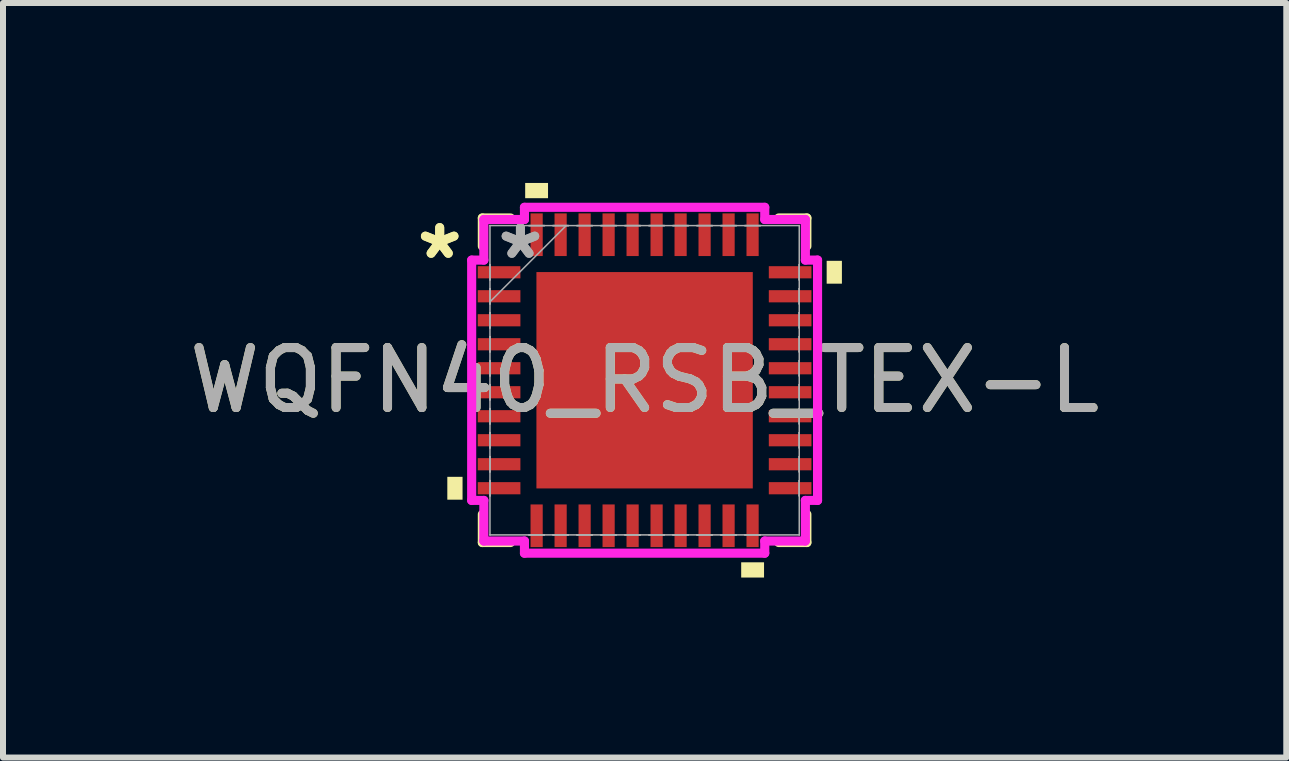
<source format=kicad_pcb>
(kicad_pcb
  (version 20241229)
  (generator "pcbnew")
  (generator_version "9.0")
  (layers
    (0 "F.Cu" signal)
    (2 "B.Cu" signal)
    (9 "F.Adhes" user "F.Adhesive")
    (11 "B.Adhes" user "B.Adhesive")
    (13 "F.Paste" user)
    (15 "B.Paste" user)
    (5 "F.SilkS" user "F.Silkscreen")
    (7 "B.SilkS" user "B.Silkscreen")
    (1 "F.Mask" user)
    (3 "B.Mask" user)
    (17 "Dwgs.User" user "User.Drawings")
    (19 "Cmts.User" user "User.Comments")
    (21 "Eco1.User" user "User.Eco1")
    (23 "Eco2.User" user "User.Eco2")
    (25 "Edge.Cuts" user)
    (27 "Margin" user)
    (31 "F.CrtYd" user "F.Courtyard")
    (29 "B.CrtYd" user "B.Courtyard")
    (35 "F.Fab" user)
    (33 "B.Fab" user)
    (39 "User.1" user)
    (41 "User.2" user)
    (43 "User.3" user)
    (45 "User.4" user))
  (footprint "WQFN40_RSB_TEX-L"
    (layer "F.Cu")
    (at 7.696 3.289)
    (property "Reference" "WQFN40_RSB_TEX-L" (at 0 0 0) (unlocked yes) (layer "F.SilkS") (effects (font (size 1 1) (thickness 0.15))))
    (attr smd)
    (fp_line (start -2.705 -2.705) (end -2.705 -2.235) (stroke (width 0.152) (type solid)) (layer "F.SilkS"))
    (fp_line (start -2.705 2.235) (end -2.705 2.705) (stroke (width 0.152) (type solid)) (layer "F.SilkS"))
    (fp_line (start -2.705 2.705) (end -2.235 2.705) (stroke (width 0.152) (type solid)) (layer "F.SilkS"))
    (fp_line (start -2.235 -2.705) (end -2.705 -2.705) (stroke (width 0.152) (type solid)) (layer "F.SilkS"))
    (fp_line (start 2.235 2.705) (end 2.705 2.705) (stroke (width 0.152) (type solid)) (layer "F.SilkS"))
    (fp_line (start 2.705 -2.705) (end 2.235 -2.705) (stroke (width 0.152) (type solid)) (layer "F.SilkS"))
    (fp_line (start 2.705 -2.235) (end 2.705 -2.705) (stroke (width 0.152) (type solid)) (layer "F.SilkS"))
    (fp_line (start 2.705 2.705) (end 2.705 2.235) (stroke (width 0.152) (type solid)) (layer "F.SilkS"))
    (fp_poly (pts (xy -3.289 1.61) (xy -3.289 1.991) (xy -3.035 1.991) (xy -3.035 1.61)) (stroke (width 0) (type solid)) (fill yes) (layer "F.SilkS"))
    (fp_poly (pts (xy -1.991 -3.035) (xy -1.991 -3.289) (xy -1.61 -3.289) (xy -1.61 -3.035)) (stroke (width 0) (type solid)) (fill yes) (layer "F.SilkS"))
    (fp_poly (pts (xy 1.61 3.035) (xy 1.61 3.289) (xy 1.991 3.289) (xy 1.991 3.035)) (stroke (width 0) (type solid)) (fill yes) (layer "F.SilkS"))
    (fp_poly (pts (xy 3.289 -1.991) (xy 3.289 -1.61) (xy 3.035 -1.61) (xy 3.035 -1.991)) (stroke (width 0) (type solid)) (fill yes) (layer "F.SilkS"))
    (fp_poly (pts (xy -1.703 -1.703) (xy -1.703 -0.1) (xy -0.1 -0.1) (xy -0.1 -1.703)) (stroke (width 0) (type solid)) (fill yes) (layer "F.Paste"))
    (fp_poly (pts (xy -1.703 0.1) (xy -1.703 1.703) (xy -0.1 1.703) (xy -0.1 0.1)) (stroke (width 0) (type solid)) (fill yes) (layer "F.Paste"))
    (fp_poly (pts (xy 0.1 -1.703) (xy 0.1 -0.1) (xy 1.703 -0.1) (xy 1.703 -1.703)) (stroke (width 0) (type solid)) (fill yes) (layer "F.Paste"))
    (fp_poly (pts (xy 0.1 0.1) (xy 0.1 1.703) (xy 1.703 1.703) (xy 1.703 0.1)) (stroke (width 0) (type solid)) (fill yes) (layer "F.Paste"))
    (fp_line (start -2.883 -2.003) (end -2.68 -2.003) (stroke (width 0.152) (type solid)) (layer "F.CrtYd"))
    (fp_line (start -2.883 2.003) (end -2.883 -2.003) (stroke (width 0.152) (type solid)) (layer "F.CrtYd"))
    (fp_line (start -2.68 -2.68) (end -2.003 -2.68) (stroke (width 0.152) (type solid)) (layer "F.CrtYd"))
    (fp_line (start -2.68 -2.003) (end -2.68 -2.68) (stroke (width 0.152) (type solid)) (layer "F.CrtYd"))
    (fp_line (start -2.68 2.003) (end -2.883 2.003) (stroke (width 0.152) (type solid)) (layer "F.CrtYd"))
    (fp_line (start -2.68 2.68) (end -2.68 2.003) (stroke (width 0.152) (type solid)) (layer "F.CrtYd"))
    (fp_line (start -2.003 -2.883) (end 2.003 -2.883) (stroke (width 0.152) (type solid)) (layer "F.CrtYd"))
    (fp_line (start -2.003 -2.68) (end -2.003 -2.883) (stroke (width 0.152) (type solid)) (layer "F.CrtYd"))
    (fp_line (start -2.003 2.68) (end -2.68 2.68) (stroke (width 0.152) (type solid)) (layer "F.CrtYd"))
    (fp_line (start -2.003 2.883) (end -2.003 2.68) (stroke (width 0.152) (type solid)) (layer "F.CrtYd"))
    (fp_line (start 2.003 -2.883) (end 2.003 -2.68) (stroke (width 0.152) (type solid)) (layer "F.CrtYd"))
    (fp_line (start 2.003 -2.68) (end 2.68 -2.68) (stroke (width 0.152) (type solid)) (layer "F.CrtYd"))
    (fp_line (start 2.003 2.68) (end 2.003 2.883) (stroke (width 0.152) (type solid)) (layer "F.CrtYd"))
    (fp_line (start 2.003 2.883) (end -2.003 2.883) (stroke (width 0.152) (type solid)) (layer "F.CrtYd"))
    (fp_line (start 2.68 -2.68) (end 2.68 -2.003) (stroke (width 0.152) (type solid)) (layer "F.CrtYd"))
    (fp_line (start 2.68 -2.003) (end 2.883 -2.003) (stroke (width 0.152) (type solid)) (layer "F.CrtYd"))
    (fp_line (start 2.68 2.003) (end 2.68 2.68) (stroke (width 0.152) (type solid)) (layer "F.CrtYd"))
    (fp_line (start 2.68 2.68) (end 2.003 2.68) (stroke (width 0.152) (type solid)) (layer "F.CrtYd"))
    (fp_line (start 2.883 -2.003) (end 2.883 2.003) (stroke (width 0.152) (type solid)) (layer "F.CrtYd"))
    (fp_line (start 2.883 2.003) (end 2.68 2.003) (stroke (width 0.152) (type solid)) (layer "F.CrtYd"))
    (fp_line (start -2.578 -2.578) (end -2.578 -2.578) (stroke (width 0.025) (type solid)) (layer "F.Fab"))
    (fp_line (start -2.578 -2.578) (end -2.578 2.578) (stroke (width 0.025) (type solid)) (layer "F.Fab"))
    (fp_line (start -2.578 -1.927) (end -2.578 -1.927) (stroke (width 0.025) (type solid)) (layer "F.Fab"))
    (fp_line (start -2.578 -1.927) (end -2.578 -1.673) (stroke (width 0.025) (type solid)) (layer "F.Fab"))
    (fp_line (start -2.578 -1.673) (end -2.578 -1.927) (stroke (width 0.025) (type solid)) (layer "F.Fab"))
    (fp_line (start -2.578 -1.673) (end -2.578 -1.673) (stroke (width 0.025) (type solid)) (layer "F.Fab"))
    (fp_line (start -2.578 -1.527) (end -2.578 -1.527) (stroke (width 0.025) (type solid)) (layer "F.Fab"))
    (fp_line (start -2.578 -1.527) (end -2.578 -1.273) (stroke (width 0.025) (type solid)) (layer "F.Fab"))
    (fp_line (start -2.578 -1.308) (end -1.308 -2.578) (stroke (width 0.025) (type solid)) (layer "F.Fab"))
    (fp_line (start -2.578 -1.273) (end -2.578 -1.527) (stroke (width 0.025) (type solid)) (layer "F.Fab"))
    (fp_line (start -2.578 -1.273) (end -2.578 -1.273) (stroke (width 0.025) (type solid)) (layer "F.Fab"))
    (fp_line (start -2.578 -1.127) (end -2.578 -1.127) (stroke (width 0.025) (type solid)) (layer "F.Fab"))
    (fp_line (start -2.578 -1.127) (end -2.578 -0.873) (stroke (width 0.025) (type solid)) (layer "F.Fab"))
    (fp_line (start -2.578 -0.873) (end -2.578 -1.127) (stroke (width 0.025) (type solid)) (layer "F.Fab"))
    (fp_line (start -2.578 -0.873) (end -2.578 -0.873) (stroke (width 0.025) (type solid)) (layer "F.Fab"))
    (fp_line (start -2.578 -0.727) (end -2.578 -0.727) (stroke (width 0.025) (type solid)) (layer "F.Fab"))
    (fp_line (start -2.578 -0.727) (end -2.578 -0.473) (stroke (width 0.025) (type solid)) (layer "F.Fab"))
    (fp_line (start -2.578 -0.473) (end -2.578 -0.727) (stroke (width 0.025) (type solid)) (layer "F.Fab"))
    (fp_line (start -2.578 -0.473) (end -2.578 -0.473) (stroke (width 0.025) (type solid)) (layer "F.Fab"))
    (fp_line (start -2.578 -0.327) (end -2.578 -0.327) (stroke (width 0.025) (type solid)) (layer "F.Fab"))
    (fp_line (start -2.578 -0.327) (end -2.578 -0.073) (stroke (width 0.025) (type solid)) (layer "F.Fab"))
    (fp_line (start -2.578 -0.073) (end -2.578 -0.327) (stroke (width 0.025) (type solid)) (layer "F.Fab"))
    (fp_line (start -2.578 -0.073) (end -2.578 -0.073) (stroke (width 0.025) (type solid)) (layer "F.Fab"))
    (fp_line (start -2.578 0.073) (end -2.578 0.073) (stroke (width 0.025) (type solid)) (layer "F.Fab"))
    (fp_line (start -2.578 0.073) (end -2.578 0.327) (stroke (width 0.025) (type solid)) (layer "F.Fab"))
    (fp_line (start -2.578 0.327) (end -2.578 0.073) (stroke (width 0.025) (type solid)) (layer "F.Fab"))
    (fp_line (start -2.578 0.327) (end -2.578 0.327) (stroke (width 0.025) (type solid)) (layer "F.Fab"))
    (fp_line (start -2.578 0.473) (end -2.578 0.473) (stroke (width 0.025) (type solid)) (layer "F.Fab"))
    (fp_line (start -2.578 0.473) (end -2.578 0.727) (stroke (width 0.025) (type solid)) (layer "F.Fab"))
    (fp_line (start -2.578 0.727) (end -2.578 0.473) (stroke (width 0.025) (type solid)) (layer "F.Fab"))
    (fp_line (start -2.578 0.727) (end -2.578 0.727) (stroke (width 0.025) (type solid)) (layer "F.Fab"))
    (fp_line (start -2.578 0.873) (end -2.578 0.873) (stroke (width 0.025) (type solid)) (layer "F.Fab"))
    (fp_line (start -2.578 0.873) (end -2.578 1.127) (stroke (width 0.025) (type solid)) (layer "F.Fab"))
    (fp_line (start -2.578 1.127) (end -2.578 0.873) (stroke (width 0.025) (type solid)) (layer "F.Fab"))
    (fp_line (start -2.578 1.127) (end -2.578 1.127) (stroke (width 0.025) (type solid)) (layer "F.Fab"))
    (fp_line (start -2.578 1.273) (end -2.578 1.273) (stroke (width 0.025) (type solid)) (layer "F.Fab"))
    (fp_line (start -2.578 1.273) (end -2.578 1.527) (stroke (width 0.025) (type solid)) (layer "F.Fab"))
    (fp_line (start -2.578 1.527) (end -2.578 1.273) (stroke (width 0.025) (type solid)) (layer "F.Fab"))
    (fp_line (start -2.578 1.527) (end -2.578 1.527) (stroke (width 0.025) (type solid)) (layer "F.Fab"))
    (fp_line (start -2.578 1.673) (end -2.578 1.673) (stroke (width 0.025) (type solid)) (layer "F.Fab"))
    (fp_line (start -2.578 1.673) (end -2.578 1.927) (stroke (width 0.025) (type solid)) (layer "F.Fab"))
    (fp_line (start -2.578 1.927) (end -2.578 1.673) (stroke (width 0.025) (type solid)) (layer "F.Fab"))
    (fp_line (start -2.578 1.927) (end -2.578 1.927) (stroke (width 0.025) (type solid)) (layer "F.Fab"))
    (fp_line (start -2.578 2.578) (end -2.578 2.578) (stroke (width 0.025) (type solid)) (layer "F.Fab"))
    (fp_line (start -2.578 2.578) (end 2.578 2.578) (stroke (width 0.025) (type solid)) (layer "F.Fab"))
    (fp_line (start -1.927 -2.578) (end -1.927 -2.578) (stroke (width 0.025) (type solid)) (layer "F.Fab"))
    (fp_line (start -1.927 -2.578) (end -1.673 -2.578) (stroke (width 0.025) (type solid)) (layer "F.Fab"))
    (fp_line (start -1.927 2.578) (end -1.927 2.578) (stroke (width 0.025) (type solid)) (layer "F.Fab"))
    (fp_line (start -1.927 2.578) (end -1.673 2.578) (stroke (width 0.025) (type solid)) (layer "F.Fab"))
    (fp_line (start -1.673 -2.578) (end -1.927 -2.578) (stroke (width 0.025) (type solid)) (layer "F.Fab"))
    (fp_line (start -1.673 -2.578) (end -1.673 -2.578) (stroke (width 0.025) (type solid)) (layer "F.Fab"))
    (fp_line (start -1.673 2.578) (end -1.927 2.578) (stroke (width 0.025) (type solid)) (layer "F.Fab"))
    (fp_line (start -1.673 2.578) (end -1.673 2.578) (stroke (width 0.025) (type solid)) (layer "F.Fab"))
    (fp_line (start -1.527 -2.578) (end -1.527 -2.578) (stroke (width 0.025) (type solid)) (layer "F.Fab"))
    (fp_line (start -1.527 -2.578) (end -1.273 -2.578) (stroke (width 0.025) (type solid)) (layer "F.Fab"))
    (fp_line (start -1.527 2.578) (end -1.527 2.578) (stroke (width 0.025) (type solid)) (layer "F.Fab"))
    (fp_line (start -1.527 2.578) (end -1.273 2.578) (stroke (width 0.025) (type solid)) (layer "F.Fab"))
    (fp_line (start -1.273 -2.578) (end -1.527 -2.578) (stroke (width 0.025) (type solid)) (layer "F.Fab"))
    (fp_line (start -1.273 -2.578) (end -1.273 -2.578) (stroke (width 0.025) (type solid)) (layer "F.Fab"))
    (fp_line (start -1.273 2.578) (end -1.527 2.578) (stroke (width 0.025) (type solid)) (layer "F.Fab"))
    (fp_line (start -1.273 2.578) (end -1.273 2.578) (stroke (width 0.025) (type solid)) (layer "F.Fab"))
    (fp_line (start -1.127 -2.578) (end -1.127 -2.578) (stroke (width 0.025) (type solid)) (layer "F.Fab"))
    (fp_line (start -1.127 -2.578) (end -0.873 -2.578) (stroke (width 0.025) (type solid)) (layer "F.Fab"))
    (fp_line (start -1.127 2.578) (end -1.127 2.578) (stroke (width 0.025) (type solid)) (layer "F.Fab"))
    (fp_line (start -1.127 2.578) (end -0.873 2.578) (stroke (width 0.025) (type solid)) (layer "F.Fab"))
    (fp_line (start -0.873 -2.578) (end -1.127 -2.578) (stroke (width 0.025) (type solid)) (layer "F.Fab"))
    (fp_line (start -0.873 -2.578) (end -0.873 -2.578) (stroke (width 0.025) (type solid)) (layer "F.Fab"))
    (fp_line (start -0.873 2.578) (end -1.127 2.578) (stroke (width 0.025) (type solid)) (layer "F.Fab"))
    (fp_line (start -0.873 2.578) (end -0.873 2.578) (stroke (width 0.025) (type solid)) (layer "F.Fab"))
    (fp_line (start -0.727 -2.578) (end -0.727 -2.578) (stroke (width 0.025) (type solid)) (layer "F.Fab"))
    (fp_line (start -0.727 -2.578) (end -0.473 -2.578) (stroke (width 0.025) (type solid)) (layer "F.Fab"))
    (fp_line (start -0.727 2.578) (end -0.727 2.578) (stroke (width 0.025) (type solid)) (layer "F.Fab"))
    (fp_line (start -0.727 2.578) (end -0.473 2.578) (stroke (width 0.025) (type solid)) (layer "F.Fab"))
    (fp_line (start -0.473 -2.578) (end -0.727 -2.578) (stroke (width 0.025) (type solid)) (layer "F.Fab"))
    (fp_line (start -0.473 -2.578) (end -0.473 -2.578) (stroke (width 0.025) (type solid)) (layer "F.Fab"))
    (fp_line (start -0.473 2.578) (end -0.727 2.578) (stroke (width 0.025) (type solid)) (layer "F.Fab"))
    (fp_line (start -0.473 2.578) (end -0.473 2.578) (stroke (width 0.025) (type solid)) (layer "F.Fab"))
    (fp_line (start -0.327 -2.578) (end -0.327 -2.578) (stroke (width 0.025) (type solid)) (layer "F.Fab"))
    (fp_line (start -0.327 -2.578) (end -0.073 -2.578) (stroke (width 0.025) (type solid)) (layer "F.Fab"))
    (fp_line (start -0.327 2.578) (end -0.327 2.578) (stroke (width 0.025) (type solid)) (layer "F.Fab"))
    (fp_line (start -0.327 2.578) (end -0.073 2.578) (stroke (width 0.025) (type solid)) (layer "F.Fab"))
    (fp_line (start -0.073 -2.578) (end -0.327 -2.578) (stroke (width 0.025) (type solid)) (layer "F.Fab"))
    (fp_line (start -0.073 -2.578) (end -0.073 -2.578) (stroke (width 0.025) (type solid)) (layer "F.Fab"))
    (fp_line (start -0.073 2.578) (end -0.327 2.578) (stroke (width 0.025) (type solid)) (layer "F.Fab"))
    (fp_line (start -0.073 2.578) (end -0.073 2.578) (stroke (width 0.025) (type solid)) (layer "F.Fab"))
    (fp_line (start 0.073 -2.578) (end 0.073 -2.578) (stroke (width 0.025) (type solid)) (layer "F.Fab"))
    (fp_line (start 0.073 -2.578) (end 0.327 -2.578) (stroke (width 0.025) (type solid)) (layer "F.Fab"))
    (fp_line (start 0.073 2.578) (end 0.073 2.578) (stroke (width 0.025) (type solid)) (layer "F.Fab"))
    (fp_line (start 0.073 2.578) (end 0.327 2.578) (stroke (width 0.025) (type solid)) (layer "F.Fab"))
    (fp_line (start 0.327 -2.578) (end 0.073 -2.578) (stroke (width 0.025) (type solid)) (layer "F.Fab"))
    (fp_line (start 0.327 -2.578) (end 0.327 -2.578) (stroke (width 0.025) (type solid)) (layer "F.Fab"))
    (fp_line (start 0.327 2.578) (end 0.073 2.578) (stroke (width 0.025) (type solid)) (layer "F.Fab"))
    (fp_line (start 0.327 2.578) (end 0.327 2.578) (stroke (width 0.025) (type solid)) (layer "F.Fab"))
    (fp_line (start 0.473 -2.578) (end 0.473 -2.578) (stroke (width 0.025) (type solid)) (layer "F.Fab"))
    (fp_line (start 0.473 -2.578) (end 0.727 -2.578) (stroke (width 0.025) (type solid)) (layer "F.Fab"))
    (fp_line (start 0.473 2.578) (end 0.473 2.578) (stroke (width 0.025) (type solid)) (layer "F.Fab"))
    (fp_line (start 0.473 2.578) (end 0.727 2.578) (stroke (width 0.025) (type solid)) (layer "F.Fab"))
    (fp_line (start 0.727 -2.578) (end 0.473 -2.578) (stroke (width 0.025) (type solid)) (layer "F.Fab"))
    (fp_line (start 0.727 -2.578) (end 0.727 -2.578) (stroke (width 0.025) (type solid)) (layer "F.Fab"))
    (fp_line (start 0.727 2.578) (end 0.473 2.578) (stroke (width 0.025) (type solid)) (layer "F.Fab"))
    (fp_line (start 0.727 2.578) (end 0.727 2.578) (stroke (width 0.025) (type solid)) (layer "F.Fab"))
    (fp_line (start 0.873 -2.578) (end 0.873 -2.578) (stroke (width 0.025) (type solid)) (layer "F.Fab"))
    (fp_line (start 0.873 -2.578) (end 1.127 -2.578) (stroke (width 0.025) (type solid)) (layer "F.Fab"))
    (fp_line (start 0.873 2.578) (end 0.873 2.578) (stroke (width 0.025) (type solid)) (layer "F.Fab"))
    (fp_line (start 0.873 2.578) (end 1.127 2.578) (stroke (width 0.025) (type solid)) (layer "F.Fab"))
    (fp_line (start 1.127 -2.578) (end 0.873 -2.578) (stroke (width 0.025) (type solid)) (layer "F.Fab"))
    (fp_line (start 1.127 -2.578) (end 1.127 -2.578) (stroke (width 0.025) (type solid)) (layer "F.Fab"))
    (fp_line (start 1.127 2.578) (end 0.873 2.578) (stroke (width 0.025) (type solid)) (layer "F.Fab"))
    (fp_line (start 1.127 2.578) (end 1.127 2.578) (stroke (width 0.025) (type solid)) (layer "F.Fab"))
    (fp_line (start 1.273 -2.578) (end 1.273 -2.578) (stroke (width 0.025) (type solid)) (layer "F.Fab"))
    (fp_line (start 1.273 -2.578) (end 1.527 -2.578) (stroke (width 0.025) (type solid)) (layer "F.Fab"))
    (fp_line (start 1.273 2.578) (end 1.273 2.578) (stroke (width 0.025) (type solid)) (layer "F.Fab"))
    (fp_line (start 1.273 2.578) (end 1.527 2.578) (stroke (width 0.025) (type solid)) (layer "F.Fab"))
    (fp_line (start 1.527 -2.578) (end 1.273 -2.578) (stroke (width 0.025) (type solid)) (layer "F.Fab"))
    (fp_line (start 1.527 -2.578) (end 1.527 -2.578) (stroke (width 0.025) (type solid)) (layer "F.Fab"))
    (fp_line (start 1.527 2.578) (end 1.273 2.578) (stroke (width 0.025) (type solid)) (layer "F.Fab"))
    (fp_line (start 1.527 2.578) (end 1.527 2.578) (stroke (width 0.025) (type solid)) (layer "F.Fab"))
    (fp_line (start 1.673 -2.578) (end 1.673 -2.578) (stroke (width 0.025) (type solid)) (layer "F.Fab"))
    (fp_line (start 1.673 -2.578) (end 1.927 -2.578) (stroke (width 0.025) (type solid)) (layer "F.Fab"))
    (fp_line (start 1.673 2.578) (end 1.673 2.578) (stroke (width 0.025) (type solid)) (layer "F.Fab"))
    (fp_line (start 1.673 2.578) (end 1.927 2.578) (stroke (width 0.025) (type solid)) (layer "F.Fab"))
    (fp_line (start 1.927 -2.578) (end 1.673 -2.578) (stroke (width 0.025) (type solid)) (layer "F.Fab"))
    (fp_line (start 1.927 -2.578) (end 1.927 -2.578) (stroke (width 0.025) (type solid)) (layer "F.Fab"))
    (fp_line (start 1.927 2.578) (end 1.673 2.578) (stroke (width 0.025) (type solid)) (layer "F.Fab"))
    (fp_line (start 1.927 2.578) (end 1.927 2.578) (stroke (width 0.025) (type solid)) (layer "F.Fab"))
    (fp_line (start 2.578 -2.578) (end -2.578 -2.578) (stroke (width 0.025) (type solid)) (layer "F.Fab"))
    (fp_line (start 2.578 -2.578) (end 2.578 -2.578) (stroke (width 0.025) (type solid)) (layer "F.Fab"))
    (fp_line (start 2.578 -1.927) (end 2.578 -1.927) (stroke (width 0.025) (type solid)) (layer "F.Fab"))
    (fp_line (start 2.578 -1.927) (end 2.578 -1.673) (stroke (width 0.025) (type solid)) (layer "F.Fab"))
    (fp_line (start 2.578 -1.673) (end 2.578 -1.927) (stroke (width 0.025) (type solid)) (layer "F.Fab"))
    (fp_line (start 2.578 -1.673) (end 2.578 -1.673) (stroke (width 0.025) (type solid)) (layer "F.Fab"))
    (fp_line (start 2.578 -1.527) (end 2.578 -1.527) (stroke (width 0.025) (type solid)) (layer "F.Fab"))
    (fp_line (start 2.578 -1.527) (end 2.578 -1.273) (stroke (width 0.025) (type solid)) (layer "F.Fab"))
    (fp_line (start 2.578 -1.273) (end 2.578 -1.527) (stroke (width 0.025) (type solid)) (layer "F.Fab"))
    (fp_line (start 2.578 -1.273) (end 2.578 -1.273) (stroke (width 0.025) (type solid)) (layer "F.Fab"))
    (fp_line (start 2.578 -1.127) (end 2.578 -1.127) (stroke (width 0.025) (type solid)) (layer "F.Fab"))
    (fp_line (start 2.578 -1.127) (end 2.578 -0.873) (stroke (width 0.025) (type solid)) (layer "F.Fab"))
    (fp_line (start 2.578 -0.873) (end 2.578 -1.127) (stroke (width 0.025) (type solid)) (layer "F.Fab"))
    (fp_line (start 2.578 -0.873) (end 2.578 -0.873) (stroke (width 0.025) (type solid)) (layer "F.Fab"))
    (fp_line (start 2.578 -0.727) (end 2.578 -0.727) (stroke (width 0.025) (type solid)) (layer "F.Fab"))
    (fp_line (start 2.578 -0.727) (end 2.578 -0.473) (stroke (width 0.025) (type solid)) (layer "F.Fab"))
    (fp_line (start 2.578 -0.473) (end 2.578 -0.727) (stroke (width 0.025) (type solid)) (layer "F.Fab"))
    (fp_line (start 2.578 -0.473) (end 2.578 -0.473) (stroke (width 0.025) (type solid)) (layer "F.Fab"))
    (fp_line (start 2.578 -0.327) (end 2.578 -0.327) (stroke (width 0.025) (type solid)) (layer "F.Fab"))
    (fp_line (start 2.578 -0.327) (end 2.578 -0.073) (stroke (width 0.025) (type solid)) (layer "F.Fab"))
    (fp_line (start 2.578 -0.073) (end 2.578 -0.327) (stroke (width 0.025) (type solid)) (layer "F.Fab"))
    (fp_line (start 2.578 -0.073) (end 2.578 -0.073) (stroke (width 0.025) (type solid)) (layer "F.Fab"))
    (fp_line (start 2.578 0.073) (end 2.578 0.073) (stroke (width 0.025) (type solid)) (layer "F.Fab"))
    (fp_line (start 2.578 0.073) (end 2.578 0.327) (stroke (width 0.025) (type solid)) (layer "F.Fab"))
    (fp_line (start 2.578 0.327) (end 2.578 0.073) (stroke (width 0.025) (type solid)) (layer "F.Fab"))
    (fp_line (start 2.578 0.327) (end 2.578 0.327) (stroke (width 0.025) (type solid)) (layer "F.Fab"))
    (fp_line (start 2.578 0.473) (end 2.578 0.473) (stroke (width 0.025) (type solid)) (layer "F.Fab"))
    (fp_line (start 2.578 0.473) (end 2.578 0.727) (stroke (width 0.025) (type solid)) (layer "F.Fab"))
    (fp_line (start 2.578 0.727) (end 2.578 0.473) (stroke (width 0.025) (type solid)) (layer "F.Fab"))
    (fp_line (start 2.578 0.727) (end 2.578 0.727) (stroke (width 0.025) (type solid)) (layer "F.Fab"))
    (fp_line (start 2.578 0.873) (end 2.578 0.873) (stroke (width 0.025) (type solid)) (layer "F.Fab"))
    (fp_line (start 2.578 0.873) (end 2.578 1.127) (stroke (width 0.025) (type solid)) (layer "F.Fab"))
    (fp_line (start 2.578 1.127) (end 2.578 0.873) (stroke (width 0.025) (type solid)) (layer "F.Fab"))
    (fp_line (start 2.578 1.127) (end 2.578 1.127) (stroke (width 0.025) (type solid)) (layer "F.Fab"))
    (fp_line (start 2.578 1.273) (end 2.578 1.273) (stroke (width 0.025) (type solid)) (layer "F.Fab"))
    (fp_line (start 2.578 1.273) (end 2.578 1.527) (stroke (width 0.025) (type solid)) (layer "F.Fab"))
    (fp_line (start 2.578 1.527) (end 2.578 1.273) (stroke (width 0.025) (type solid)) (layer "F.Fab"))
    (fp_line (start 2.578 1.527) (end 2.578 1.527) (stroke (width 0.025) (type solid)) (layer "F.Fab"))
    (fp_line (start 2.578 1.673) (end 2.578 1.673) (stroke (width 0.025) (type solid)) (layer "F.Fab"))
    (fp_line (start 2.578 1.673) (end 2.578 1.927) (stroke (width 0.025) (type solid)) (layer "F.Fab"))
    (fp_line (start 2.578 1.927) (end 2.578 1.673) (stroke (width 0.025) (type solid)) (layer "F.Fab"))
    (fp_line (start 2.578 1.927) (end 2.578 1.927) (stroke (width 0.025) (type solid)) (layer "F.Fab"))
    (fp_line (start 2.578 2.578) (end 2.578 -2.578) (stroke (width 0.025) (type solid)) (layer "F.Fab"))
    (fp_line (start 2.578 2.578) (end 2.578 2.578) (stroke (width 0.025) (type solid)) (layer "F.Fab"))
    (fp_text user "*" (at -3.416 -2 0) (unlocked yes) (layer "F.SilkS") (effects (font (size 1 1) (thickness 0.15))))
    (fp_text user "*" (at -3.416 -2 0) (layer "F.SilkS") (effects (font (size 1 1) (thickness 0.15))))
    (fp_text user "*" (at -2.07 -2 0) (unlocked yes) (layer "F.Fab") (effects (font (size 1 1) (thickness 0.15))))
    (fp_text user "${REFERENCE}" (at 0 0 0) (unlocked yes) (layer "F.Fab") (effects (font (size 1 1) (thickness 0.15))))
    (fp_text user "*" (at -2.07 -2 0) (layer "F.Fab") (effects (font (size 1 1) (thickness 0.15))))
    (pad "1" smd rect (at -2.426 -1.8 90) (size 0.203 0.711) (layers "F.Cu" "F.Mask" "F.Paste"))
    (pad "2" smd rect (at -2.426 -1.4 90) (size 0.203 0.711) (layers "F.Cu" "F.Mask" "F.Paste"))
    (pad "3" smd rect (at -2.426 -1 90) (size 0.203 0.711) (layers "F.Cu" "F.Mask" "F.Paste"))
    (pad "4" smd rect (at -2.426 -0.6 90) (size 0.203 0.711) (layers "F.Cu" "F.Mask" "F.Paste"))
    (pad "5" smd rect (at -2.426 -0.2 90) (size 0.203 0.711) (layers "F.Cu" "F.Mask" "F.Paste"))
    (pad "6" smd rect (at -2.426 0.2 90) (size 0.203 0.711) (layers "F.Cu" "F.Mask" "F.Paste"))
    (pad "7" smd rect (at -2.426 0.6 90) (size 0.203 0.711) (layers "F.Cu" "F.Mask" "F.Paste"))
    (pad "8" smd rect (at -2.426 1 90) (size 0.203 0.711) (layers "F.Cu" "F.Mask" "F.Paste"))
    (pad "9" smd rect (at -2.426 1.4 90) (size 0.203 0.711) (layers "F.Cu" "F.Mask" "F.Paste"))
    (pad "10" smd rect (at -2.426 1.8 90) (size 0.203 0.711) (layers "F.Cu" "F.Mask" "F.Paste"))
    (pad "11" smd rect (at -1.8 2.426) (size 0.203 0.711) (layers "F.Cu" "F.Mask" "F.Paste"))
    (pad "12" smd rect (at -1.4 2.426) (size 0.203 0.711) (layers "F.Cu" "F.Mask" "F.Paste"))
    (pad "13" smd rect (at -1 2.426) (size 0.203 0.711) (layers "F.Cu" "F.Mask" "F.Paste"))
    (pad "14" smd rect (at -0.6 2.426) (size 0.203 0.711) (layers "F.Cu" "F.Mask" "F.Paste"))
    (pad "15" smd rect (at -0.2 2.426) (size 0.203 0.711) (layers "F.Cu" "F.Mask" "F.Paste"))
    (pad "16" smd rect (at 0.2 2.426) (size 0.203 0.711) (layers "F.Cu" "F.Mask" "F.Paste"))
    (pad "17" smd rect (at 0.6 2.426) (size 0.203 0.711) (layers "F.Cu" "F.Mask" "F.Paste"))
    (pad "18" smd rect (at 1 2.426) (size 0.203 0.711) (layers "F.Cu" "F.Mask" "F.Paste"))
    (pad "19" smd rect (at 1.4 2.426) (size 0.203 0.711) (layers "F.Cu" "F.Mask" "F.Paste"))
    (pad "20" smd rect (at 1.8 2.426) (size 0.203 0.711) (layers "F.Cu" "F.Mask" "F.Paste"))
    (pad "21" smd rect (at 2.426 1.8 90) (size 0.203 0.711) (layers "F.Cu" "F.Mask" "F.Paste"))
    (pad "22" smd rect (at 2.426 1.4 90) (size 0.203 0.711) (layers "F.Cu" "F.Mask" "F.Paste"))
    (pad "23" smd rect (at 2.426 1 90) (size 0.203 0.711) (layers "F.Cu" "F.Mask" "F.Paste"))
    (pad "24" smd rect (at 2.426 0.6 90) (size 0.203 0.711) (layers "F.Cu" "F.Mask" "F.Paste"))
    (pad "25" smd rect (at 2.426 0.2 90) (size 0.203 0.711) (layers "F.Cu" "F.Mask" "F.Paste"))
    (pad "26" smd rect (at 2.426 -0.2 90) (size 0.203 0.711) (layers "F.Cu" "F.Mask" "F.Paste"))
    (pad "27" smd rect (at 2.426 -0.6 90) (size 0.203 0.711) (layers "F.Cu" "F.Mask" "F.Paste"))
    (pad "28" smd rect (at 2.426 -1 90) (size 0.203 0.711) (layers "F.Cu" "F.Mask" "F.Paste"))
    (pad "29" smd rect (at 2.426 -1.4 90) (size 0.203 0.711) (layers "F.Cu" "F.Mask" "F.Paste"))
    (pad "30" smd rect (at 2.426 -1.8 90) (size 0.203 0.711) (layers "F.Cu" "F.Mask" "F.Paste"))
    (pad "31" smd rect (at 1.8 -2.426) (size 0.203 0.711) (layers "F.Cu" "F.Mask" "F.Paste"))
    (pad "32" smd rect (at 1.4 -2.426) (size 0.203 0.711) (layers "F.Cu" "F.Mask" "F.Paste"))
    (pad "33" smd rect (at 1 -2.426) (size 0.203 0.711) (layers "F.Cu" "F.Mask" "F.Paste"))
    (pad "34" smd rect (at 0.6 -2.426) (size 0.203 0.711) (layers "F.Cu" "F.Mask" "F.Paste"))
    (pad "35" smd rect (at 0.2 -2.426) (size 0.203 0.711) (layers "F.Cu" "F.Mask" "F.Paste"))
    (pad "36" smd rect (at -0.2 -2.426) (size 0.203 0.711) (layers "F.Cu" "F.Mask" "F.Paste"))
    (pad "37" smd rect (at -0.6 -2.426) (size 0.203 0.711) (layers "F.Cu" "F.Mask" "F.Paste"))
    (pad "38" smd rect (at -1 -2.426) (size 0.203 0.711) (layers "F.Cu" "F.Mask" "F.Paste"))
    (pad "39" smd rect (at -1.4 -2.426) (size 0.203 0.711) (layers "F.Cu" "F.Mask" "F.Paste"))
    (pad "40" smd rect (at -1.8 -2.426) (size 0.203 0.711) (layers "F.Cu" "F.Mask" "F.Paste"))
    (pad "41" smd rect (at 0 0) (size 3.607 3.607) (layers "F.Cu" "F.Mask" "F.Paste")))
  (gr_rect
    (start -3 -3)
    (end 18.393 9.579)
    (stroke (width 0.1) (type default))
    (fill no)
    (layer "Edge.Cuts")))
</source>
